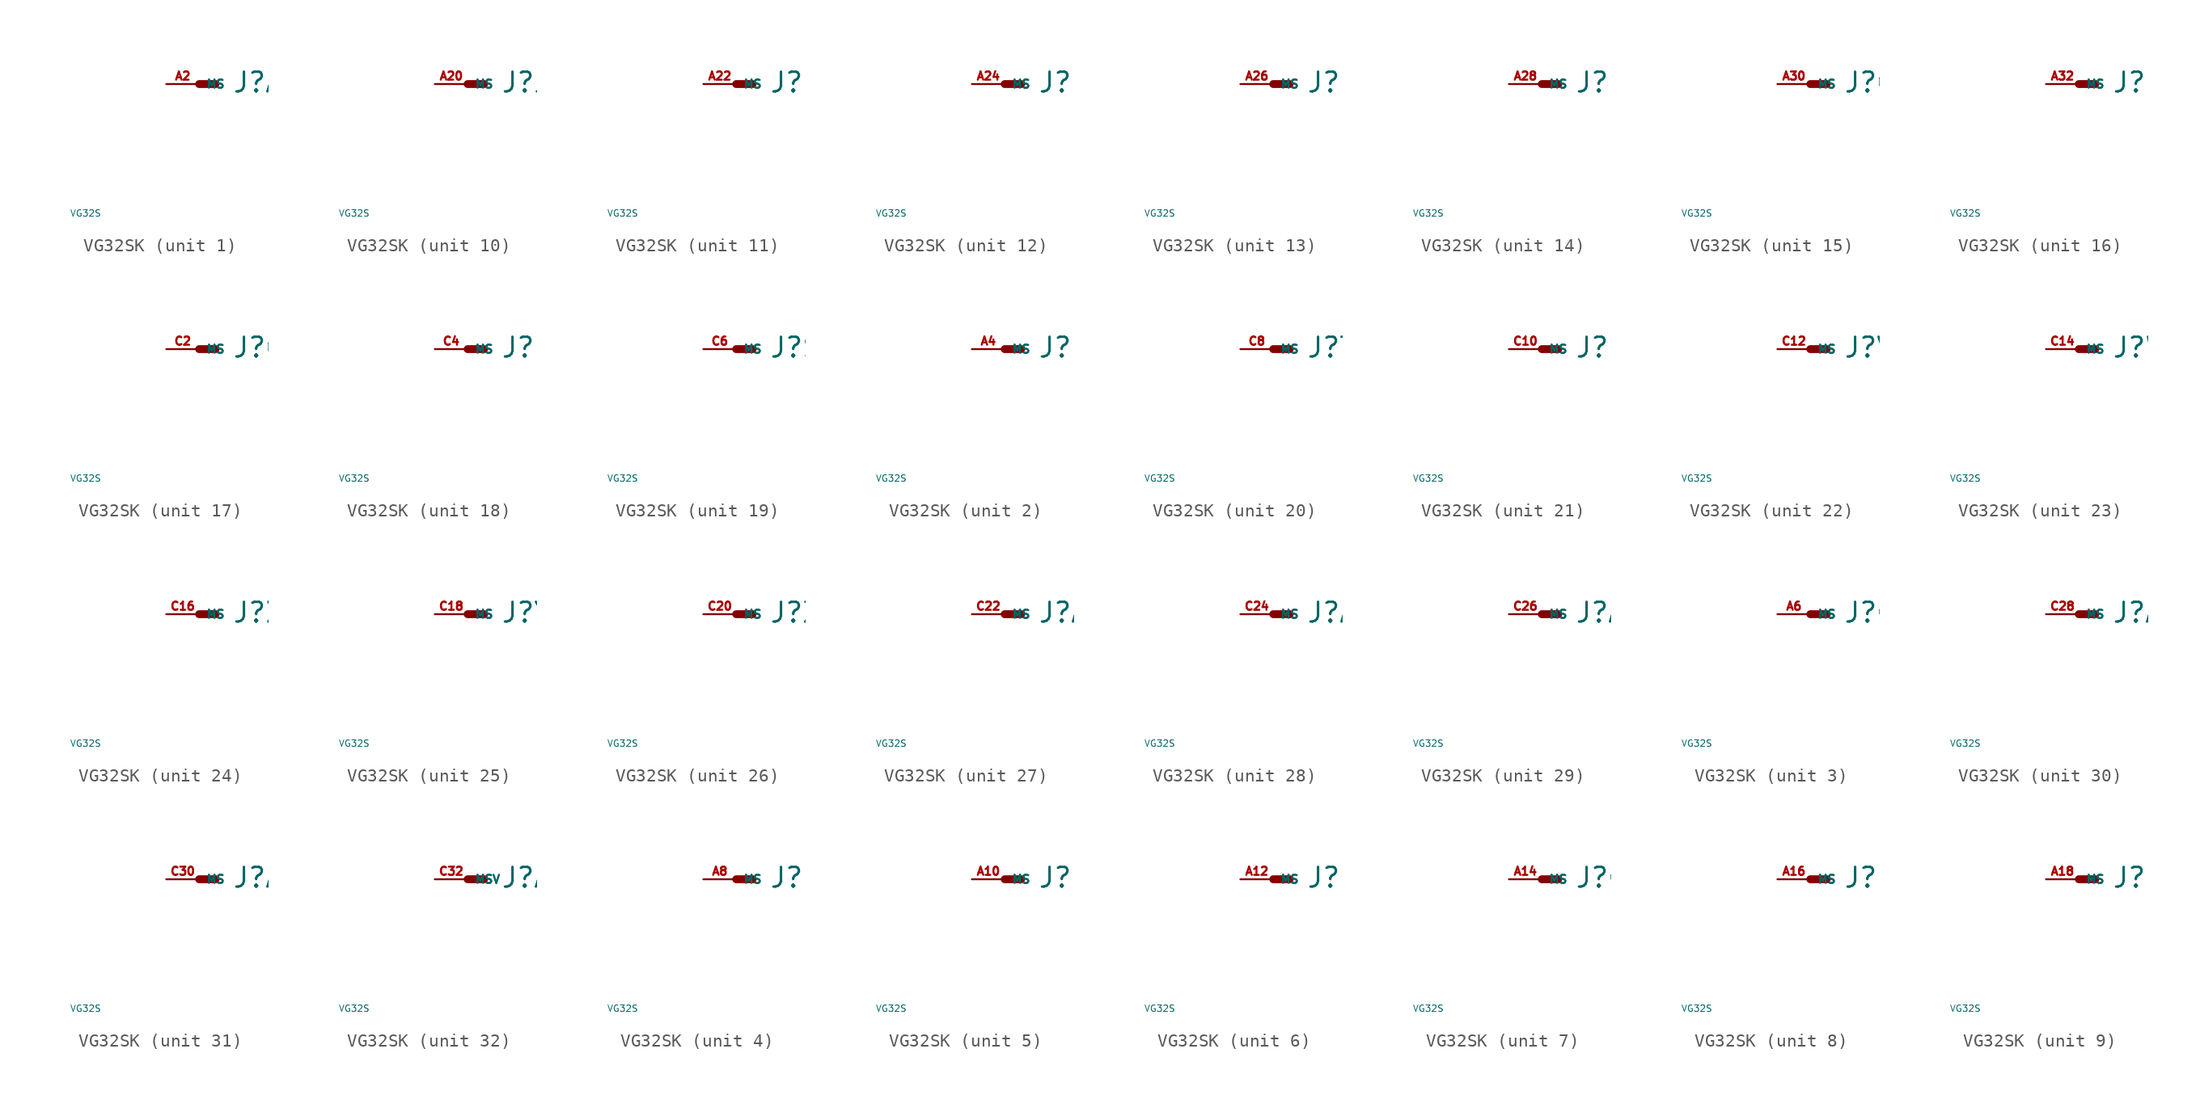
<source format=kicad_sym>
(kicad_symbol_lib
  (version 20220914)
  (generator Eagle2Kicad)
  (symbol "VG32SK"
    (property "Reference" "J"
      (at 2.54 -0.762 0)
      (effects (font (size 1.524 1.524) (thickness 0.19)) (justify left bottom)))
    (property "Value" "VG32S"
      (at -10 -10 0)
      (effects (font (size 0.5 0.5) (thickness 0.06)) (justify left)))
    (symbol "VG32SK_1_0"
      (polyline (pts (xy 0 0) (xy 1.27 0)) (stroke (width 0.61) (type default)) (fill (type none)))
      (pin passive line (at -2.54 0 0) (length 2.54) (name "MS" (effects (font (size 0.635 0.635) (thickness 0.08)) (justify left bottom))) (number "A2" (effects (font (size 0.635 0.635) (thickness 0.08)) (justify left bottom)))))
    (symbol "VG32SK_2_0"
      (polyline (pts (xy 0 0) (xy 1.27 0)) (stroke (width 0.61) (type default)) (fill (type none)))
      (pin passive line (at -2.54 0 0) (length 2.54) (name "MS" (effects (font (size 0.635 0.635) (thickness 0.08)) (justify left bottom))) (number "A4" (effects (font (size 0.635 0.635) (thickness 0.08)) (justify left bottom)))))
    (symbol "VG32SK_3_0"
      (polyline (pts (xy 0 0) (xy 1.27 0)) (stroke (width 0.61) (type default)) (fill (type none)))
      (pin passive line (at -2.54 0 0) (length 2.54) (name "MS" (effects (font (size 0.635 0.635) (thickness 0.08)) (justify left bottom))) (number "A6" (effects (font (size 0.635 0.635) (thickness 0.08)) (justify left bottom)))))
    (symbol "VG32SK_4_0"
      (polyline (pts (xy 0 0) (xy 1.27 0)) (stroke (width 0.61) (type default)) (fill (type none)))
      (pin passive line (at -2.54 0 0) (length 2.54) (name "MS" (effects (font (size 0.635 0.635) (thickness 0.08)) (justify left bottom))) (number "A8" (effects (font (size 0.635 0.635) (thickness 0.08)) (justify left bottom)))))
    (symbol "VG32SK_5_0"
      (polyline (pts (xy 0 0) (xy 1.27 0)) (stroke (width 0.61) (type default)) (fill (type none)))
      (pin passive line (at -2.54 0 0) (length 2.54) (name "MS" (effects (font (size 0.635 0.635) (thickness 0.08)) (justify left bottom))) (number "A10" (effects (font (size 0.635 0.635) (thickness 0.08)) (justify left bottom)))))
    (symbol "VG32SK_6_0"
      (polyline (pts (xy 0 0) (xy 1.27 0)) (stroke (width 0.61) (type default)) (fill (type none)))
      (pin passive line (at -2.54 0 0) (length 2.54) (name "MS" (effects (font (size 0.635 0.635) (thickness 0.08)) (justify left bottom))) (number "A12" (effects (font (size 0.635 0.635) (thickness 0.08)) (justify left bottom)))))
    (symbol "VG32SK_7_0"
      (polyline (pts (xy 0 0) (xy 1.27 0)) (stroke (width 0.61) (type default)) (fill (type none)))
      (pin passive line (at -2.54 0 0) (length 2.54) (name "MS" (effects (font (size 0.635 0.635) (thickness 0.08)) (justify left bottom))) (number "A14" (effects (font (size 0.635 0.635) (thickness 0.08)) (justify left bottom)))))
    (symbol "VG32SK_8_0"
      (polyline (pts (xy 0 0) (xy 1.27 0)) (stroke (width 0.61) (type default)) (fill (type none)))
      (pin passive line (at -2.54 0 0) (length 2.54) (name "MS" (effects (font (size 0.635 0.635) (thickness 0.08)) (justify left bottom))) (number "A16" (effects (font (size 0.635 0.635) (thickness 0.08)) (justify left bottom)))))
    (symbol "VG32SK_9_0"
      (polyline (pts (xy 0 0) (xy 1.27 0)) (stroke (width 0.61) (type default)) (fill (type none)))
      (pin passive line (at -2.54 0 0) (length 2.54) (name "MS" (effects (font (size 0.635 0.635) (thickness 0.08)) (justify left bottom))) (number "A18" (effects (font (size 0.635 0.635) (thickness 0.08)) (justify left bottom)))))
    (symbol "VG32SK_10_0"
      (polyline (pts (xy 0 0) (xy 1.27 0)) (stroke (width 0.61) (type default)) (fill (type none)))
      (pin passive line (at -2.54 0 0) (length 2.54) (name "MS" (effects (font (size 0.635 0.635) (thickness 0.08)) (justify left bottom))) (number "A20" (effects (font (size 0.635 0.635) (thickness 0.08)) (justify left bottom)))))
    (symbol "VG32SK_11_0"
      (polyline (pts (xy 0 0) (xy 1.27 0)) (stroke (width 0.61) (type default)) (fill (type none)))
      (pin passive line (at -2.54 0 0) (length 2.54) (name "MS" (effects (font (size 0.635 0.635) (thickness 0.08)) (justify left bottom))) (number "A22" (effects (font (size 0.635 0.635) (thickness 0.08)) (justify left bottom)))))
    (symbol "VG32SK_12_0"
      (polyline (pts (xy 0 0) (xy 1.27 0)) (stroke (width 0.61) (type default)) (fill (type none)))
      (pin passive line (at -2.54 0 0) (length 2.54) (name "MS" (effects (font (size 0.635 0.635) (thickness 0.08)) (justify left bottom))) (number "A24" (effects (font (size 0.635 0.635) (thickness 0.08)) (justify left bottom)))))
    (symbol "VG32SK_13_0"
      (polyline (pts (xy 0 0) (xy 1.27 0)) (stroke (width 0.61) (type default)) (fill (type none)))
      (pin passive line (at -2.54 0 0) (length 2.54) (name "MS" (effects (font (size 0.635 0.635) (thickness 0.08)) (justify left bottom))) (number "A26" (effects (font (size 0.635 0.635) (thickness 0.08)) (justify left bottom)))))
    (symbol "VG32SK_14_0"
      (polyline (pts (xy 0 0) (xy 1.27 0)) (stroke (width 0.61) (type default)) (fill (type none)))
      (pin passive line (at -2.54 0 0) (length 2.54) (name "MS" (effects (font (size 0.635 0.635) (thickness 0.08)) (justify left bottom))) (number "A28" (effects (font (size 0.635 0.635) (thickness 0.08)) (justify left bottom)))))
    (symbol "VG32SK_15_0"
      (polyline (pts (xy 0 0) (xy 1.27 0)) (stroke (width 0.61) (type default)) (fill (type none)))
      (pin passive line (at -2.54 0 0) (length 2.54) (name "MS" (effects (font (size 0.635 0.635) (thickness 0.08)) (justify left bottom))) (number "A30" (effects (font (size 0.635 0.635) (thickness 0.08)) (justify left bottom)))))
    (symbol "VG32SK_16_0"
      (polyline (pts (xy 0 0) (xy 1.27 0)) (stroke (width 0.61) (type default)) (fill (type none)))
      (pin passive line (at -2.54 0 0) (length 2.54) (name "MS" (effects (font (size 0.635 0.635) (thickness 0.08)) (justify left bottom))) (number "A32" (effects (font (size 0.635 0.635) (thickness 0.08)) (justify left bottom)))))
    (symbol "VG32SK_17_0"
      (polyline (pts (xy 0 0) (xy 1.27 0)) (stroke (width 0.61) (type default)) (fill (type none)))
      (pin passive line (at -2.54 0 0) (length 2.54) (name "MS" (effects (font (size 0.635 0.635) (thickness 0.08)) (justify left bottom))) (number "C2" (effects (font (size 0.635 0.635) (thickness 0.08)) (justify left bottom)))))
    (symbol "VG32SK_18_0"
      (polyline (pts (xy 0 0) (xy 1.27 0)) (stroke (width 0.61) (type default)) (fill (type none)))
      (pin passive line (at -2.54 0 0) (length 2.54) (name "MS" (effects (font (size 0.635 0.635) (thickness 0.08)) (justify left bottom))) (number "C4" (effects (font (size 0.635 0.635) (thickness 0.08)) (justify left bottom)))))
    (symbol "VG32SK_19_0"
      (polyline (pts (xy 0 0) (xy 1.27 0)) (stroke (width 0.61) (type default)) (fill (type none)))
      (pin passive line (at -2.54 0 0) (length 2.54) (name "MS" (effects (font (size 0.635 0.635) (thickness 0.08)) (justify left bottom))) (number "C6" (effects (font (size 0.635 0.635) (thickness 0.08)) (justify left bottom)))))
    (symbol "VG32SK_20_0"
      (polyline (pts (xy 0 0) (xy 1.27 0)) (stroke (width 0.61) (type default)) (fill (type none)))
      (pin passive line (at -2.54 0 0) (length 2.54) (name "MS" (effects (font (size 0.635 0.635) (thickness 0.08)) (justify left bottom))) (number "C8" (effects (font (size 0.635 0.635) (thickness 0.08)) (justify left bottom)))))
    (symbol "VG32SK_21_0"
      (polyline (pts (xy 0 0) (xy 1.27 0)) (stroke (width 0.61) (type default)) (fill (type none)))
      (pin passive line (at -2.54 0 0) (length 2.54) (name "MS" (effects (font (size 0.635 0.635) (thickness 0.08)) (justify left bottom))) (number "C10" (effects (font (size 0.635 0.635) (thickness 0.08)) (justify left bottom)))))
    (symbol "VG32SK_22_0"
      (polyline (pts (xy 0 0) (xy 1.27 0)) (stroke (width 0.61) (type default)) (fill (type none)))
      (pin passive line (at -2.54 0 0) (length 2.54) (name "MS" (effects (font (size 0.635 0.635) (thickness 0.08)) (justify left bottom))) (number "C12" (effects (font (size 0.635 0.635) (thickness 0.08)) (justify left bottom)))))
    (symbol "VG32SK_23_0"
      (polyline (pts (xy 0 0) (xy 1.27 0)) (stroke (width 0.61) (type default)) (fill (type none)))
      (pin passive line (at -2.54 0 0) (length 2.54) (name "MS" (effects (font (size 0.635 0.635) (thickness 0.08)) (justify left bottom))) (number "C14" (effects (font (size 0.635 0.635) (thickness 0.08)) (justify left bottom)))))
    (symbol "VG32SK_24_0"
      (polyline (pts (xy 0 0) (xy 1.27 0)) (stroke (width 0.61) (type default)) (fill (type none)))
      (pin passive line (at -2.54 0 0) (length 2.54) (name "MS" (effects (font (size 0.635 0.635) (thickness 0.08)) (justify left bottom))) (number "C16" (effects (font (size 0.635 0.635) (thickness 0.08)) (justify left bottom)))))
    (symbol "VG32SK_25_0"
      (polyline (pts (xy 0 0) (xy 1.27 0)) (stroke (width 0.61) (type default)) (fill (type none)))
      (pin passive line (at -2.54 0 0) (length 2.54) (name "MS" (effects (font (size 0.635 0.635) (thickness 0.08)) (justify left bottom))) (number "C18" (effects (font (size 0.635 0.635) (thickness 0.08)) (justify left bottom)))))
    (symbol "VG32SK_26_0"
      (polyline (pts (xy 0 0) (xy 1.27 0)) (stroke (width 0.61) (type default)) (fill (type none)))
      (pin passive line (at -2.54 0 0) (length 2.54) (name "MS" (effects (font (size 0.635 0.635) (thickness 0.08)) (justify left bottom))) (number "C20" (effects (font (size 0.635 0.635) (thickness 0.08)) (justify left bottom)))))
    (symbol "VG32SK_27_0"
      (polyline (pts (xy 0 0) (xy 1.27 0)) (stroke (width 0.61) (type default)) (fill (type none)))
      (pin passive line (at -2.54 0 0) (length 2.54) (name "MS" (effects (font (size 0.635 0.635) (thickness 0.08)) (justify left bottom))) (number "C22" (effects (font (size 0.635 0.635) (thickness 0.08)) (justify left bottom)))))
    (symbol "VG32SK_28_0"
      (polyline (pts (xy 0 0) (xy 1.27 0)) (stroke (width 0.61) (type default)) (fill (type none)))
      (pin passive line (at -2.54 0 0) (length 2.54) (name "MS" (effects (font (size 0.635 0.635) (thickness 0.08)) (justify left bottom))) (number "C24" (effects (font (size 0.635 0.635) (thickness 0.08)) (justify left bottom)))))
    (symbol "VG32SK_29_0"
      (polyline (pts (xy 0 0) (xy 1.27 0)) (stroke (width 0.61) (type default)) (fill (type none)))
      (pin passive line (at -2.54 0 0) (length 2.54) (name "MS" (effects (font (size 0.635 0.635) (thickness 0.08)) (justify left bottom))) (number "C26" (effects (font (size 0.635 0.635) (thickness 0.08)) (justify left bottom)))))
    (symbol "VG32SK_30_0"
      (polyline (pts (xy 0 0) (xy 1.27 0)) (stroke (width 0.61) (type default)) (fill (type none)))
      (pin passive line (at -2.54 0 0) (length 2.54) (name "MS" (effects (font (size 0.635 0.635) (thickness 0.08)) (justify left bottom))) (number "C28" (effects (font (size 0.635 0.635) (thickness 0.08)) (justify left bottom)))))
    (symbol "VG32SK_31_0"
      (polyline (pts (xy 0 0) (xy 1.27 0)) (stroke (width 0.61) (type default)) (fill (type none)))
      (pin passive line (at -2.54 0 0) (length 2.54) (name "MS" (effects (font (size 0.635 0.635) (thickness 0.08)) (justify left bottom))) (number "C30" (effects (font (size 0.635 0.635) (thickness 0.08)) (justify left bottom)))))
    (symbol "VG32SK_32_0"
      (polyline (pts (xy 0 0) (xy 1.27 0)) (stroke (width 0.61) (type default)) (fill (type none)))
      (pin passive line (at -2.54 0 0) (length 2.54) (name "MSV" (effects (font (size 0.635 0.635) (thickness 0.08)) (justify left bottom))) (number "C32" (effects (font (size 0.635 0.635) (thickness 0.08)) (justify left bottom)))))))
</source>
